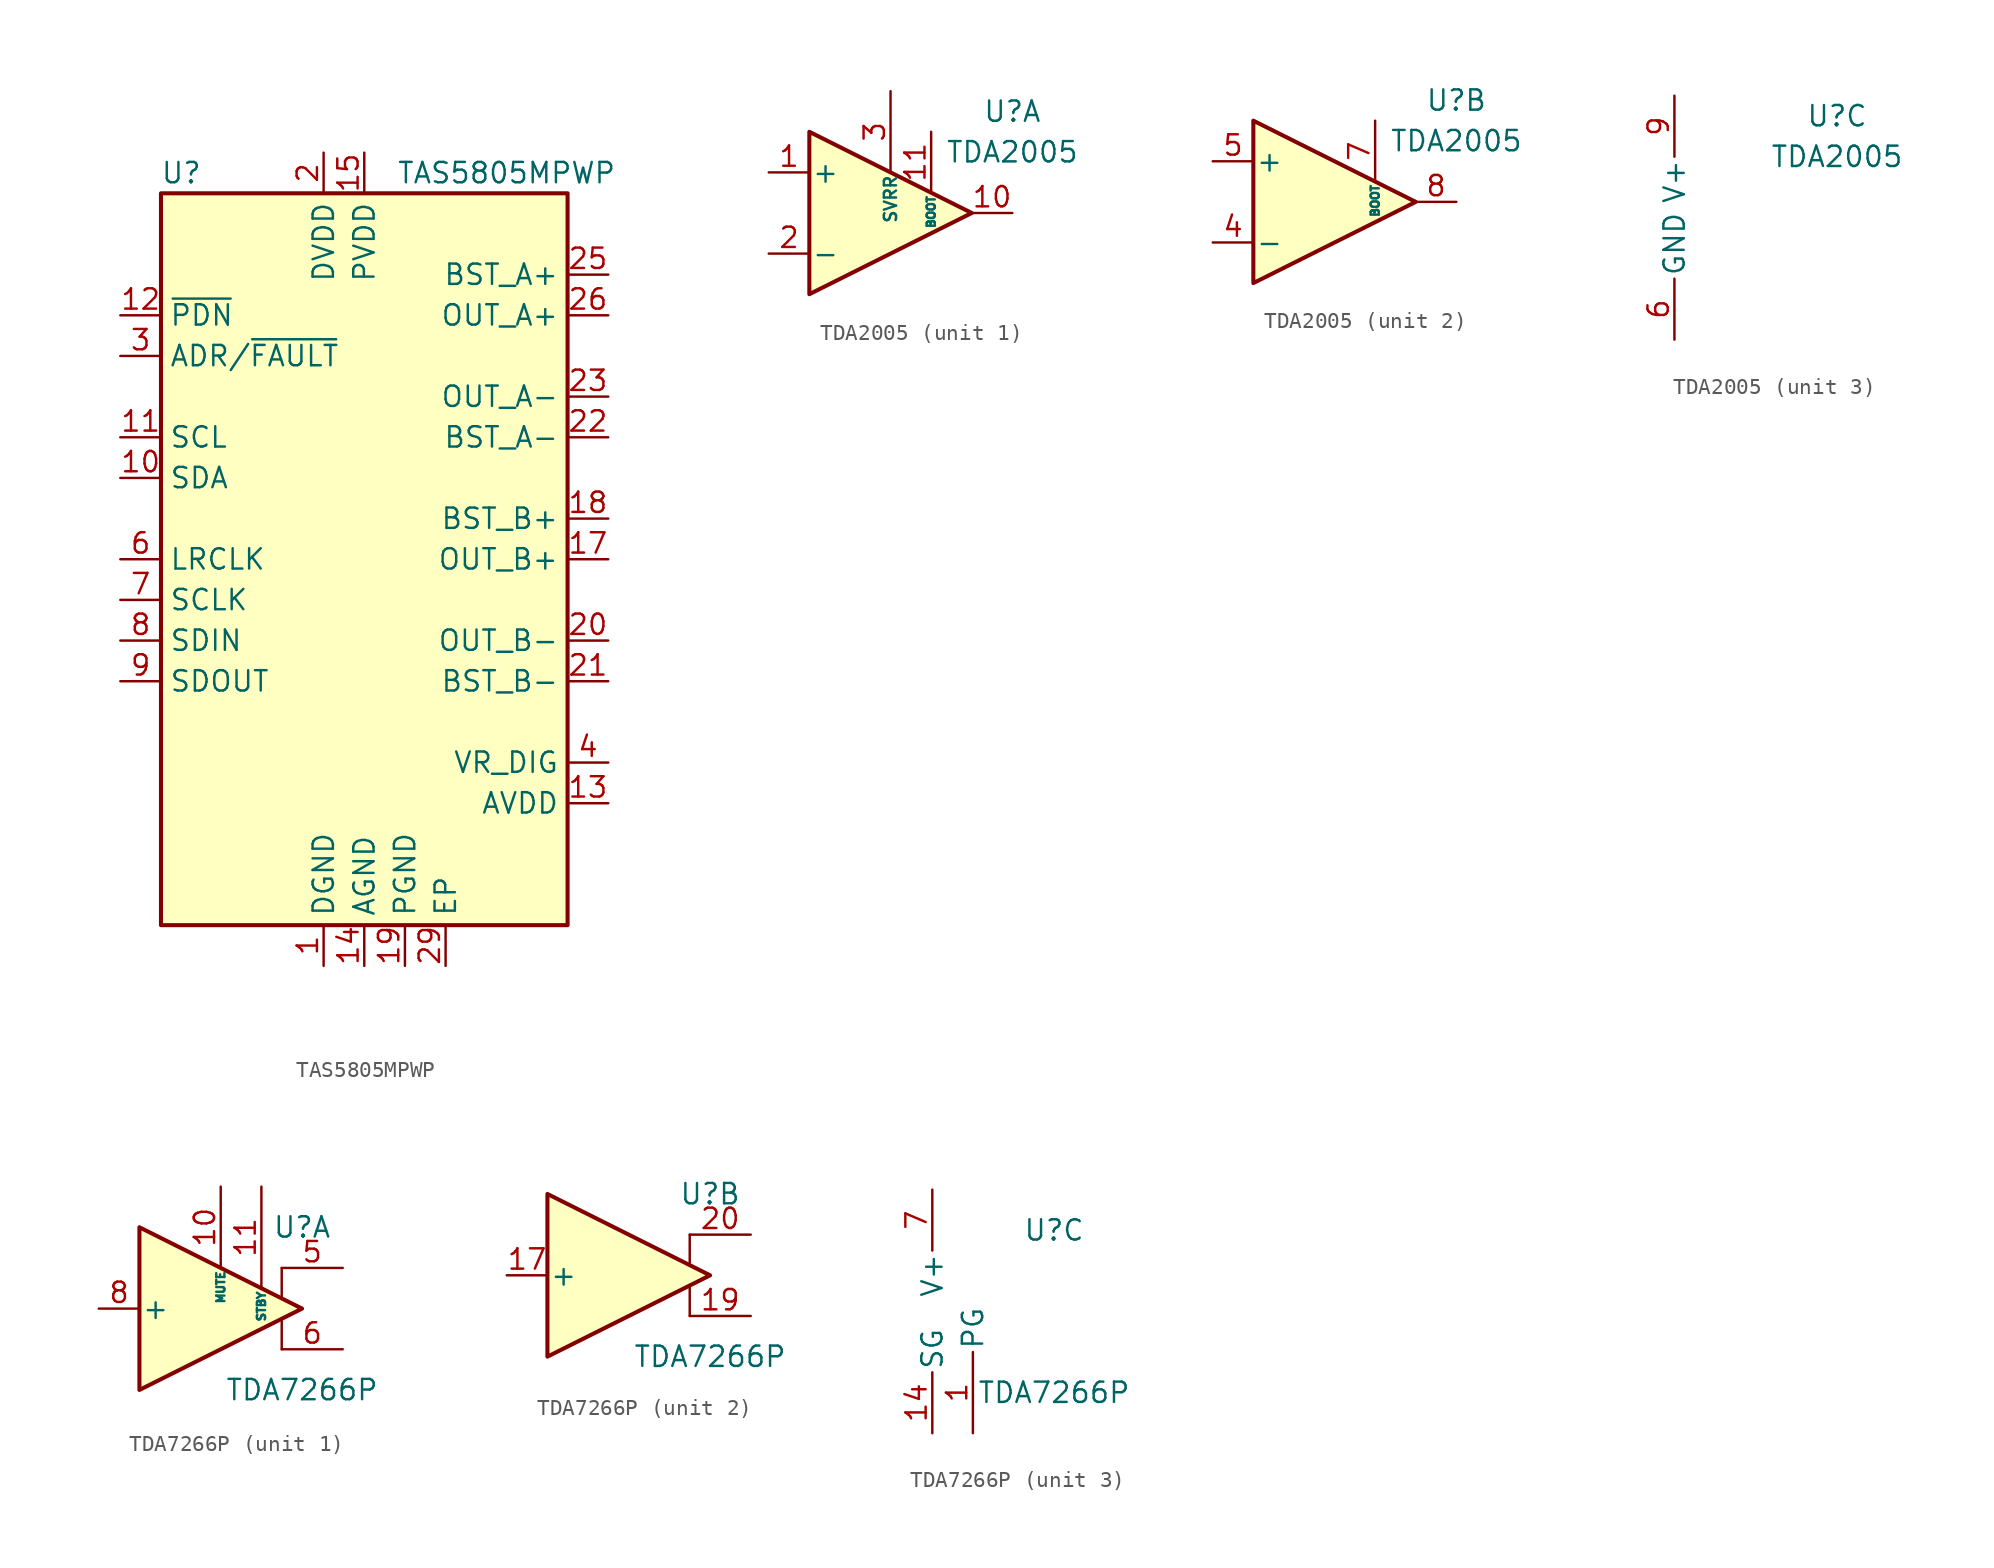
<source format=kicad_sym>
(kicad_symbol_lib
  (version 20241209)
  (generator "kicad_symbol_editor")
  (generator_version "9.0")
  (symbol "TAS5805MPWP"
    (property "Reference" "U"
      (at -11.43 24.13 0)
      (effects (font (size 1.27 1.27))))
    (property "Value" "TAS5805MPWP"
      (at 8.89 24.13 0)
      (effects (font (size 1.27 1.27))))
    (symbol "TAS5805MPWP_0_1"
      (rectangle (start -12.7 22.86) (end 12.7 -22.86) (stroke (width 0.254) (type default)) (fill (type background))))
    (symbol "TAS5805MPWP_1_0"
      (pin output line (at -15.24 -7.62 0) (length 2.54) (name "SDOUT" (effects (font (size 1.27 1.27)))) (number "9" (effects (font (size 1.27 1.27)))))
      (pin passive line (at 15.24 17.78 180) (length 2.54) (name "BST_A+" (effects (font (size 1.27 1.27)))) (number "25" (effects (font (size 1.27 1.27)))))
      (pin output line (at 15.24 10.16 180) (length 2.54) (name "OUT_A-" (effects (font (size 1.27 1.27)))) (number "23" (effects (font (size 1.27 1.27)))))
      (pin passive line (at 15.24 7.62 180) (length 2.54) (name "BST_A-" (effects (font (size 1.27 1.27)))) (number "22" (effects (font (size 1.27 1.27))))))
    (symbol "TAS5805MPWP_1_1"
      (pin input line (at -15.24 15.24 0) (length 2.54) (name "~{PDN}" (effects (font (size 1.27 1.27)))) (number "12" (effects (font (size 1.27 1.27)))))
      (pin bidirectional line (at -15.24 12.7 0) (length 2.54) (name "ADR/~{FAULT}" (effects (font (size 1.27 1.27)))) (number "3" (effects (font (size 1.27 1.27)))))
      (pin input line (at -15.24 7.62 0) (length 2.54) (name "SCL" (effects (font (size 1.27 1.27)))) (number "11" (effects (font (size 1.27 1.27)))))
      (pin bidirectional line (at -15.24 5.08 0) (length 2.54) (name "SDA" (effects (font (size 1.27 1.27)))) (number "10" (effects (font (size 1.27 1.27)))))
      (pin input line (at -15.24 0 0) (length 2.54) (name "LRCLK" (effects (font (size 1.27 1.27)))) (number "6" (effects (font (size 1.27 1.27)))))
      (pin input line (at -15.24 -2.54 0) (length 2.54) (name "SCLK" (effects (font (size 1.27 1.27)))) (number "7" (effects (font (size 1.27 1.27)))))
      (pin input line (at -15.24 -5.08 0) (length 2.54) (name "SDIN" (effects (font (size 1.27 1.27)))) (number "8" (effects (font (size 1.27 1.27)))))
      (pin power_in line (at -2.54 25.4 270) (length 2.54) (name "DVDD" (effects (font (size 1.27 1.27)))) (number "2" (effects (font (size 1.27 1.27)))))
      (pin power_in line (at -2.54 -25.4 90) (length 2.54) (name "DGND" (effects (font (size 1.27 1.27)))) (number "1" (effects (font (size 1.27 1.27)))))
      (pin passive line (at -2.54 -25.4 90) (length 2.54) (hide yes) (name "DGND" (effects (font (size 1.27 1.27)))) (number "5" (effects (font (size 1.27 1.27)))))
      (pin power_in line (at 0 25.4 270) (length 2.54) (name "PVDD" (effects (font (size 1.27 1.27)))) (number "15" (effects (font (size 1.27 1.27)))))
      (pin passive line (at 0 25.4 270) (length 2.54) (hide yes) (name "PVDD" (effects (font (size 1.27 1.27)))) (number "16" (effects (font (size 1.27 1.27)))))
      (pin passive line (at 0 25.4 270) (length 2.54) (hide yes) (name "PVDD" (effects (font (size 1.27 1.27)))) (number "27" (effects (font (size 1.27 1.27)))))
      (pin passive line (at 0 25.4 270) (length 2.54) (hide yes) (name "PVDD" (effects (font (size 1.27 1.27)))) (number "28" (effects (font (size 1.27 1.27)))))
      (pin power_in line (at 0 -25.4 90) (length 2.54) (name "AGND" (effects (font (size 1.27 1.27)))) (number "14" (effects (font (size 1.27 1.27)))))
      (pin power_in line (at 2.54 -25.4 90) (length 2.54) (name "PGND" (effects (font (size 1.27 1.27)))) (number "19" (effects (font (size 1.27 1.27)))))
      (pin passive line (at 2.54 -25.4 90) (length 2.54) (hide yes) (name "PGND" (effects (font (size 1.27 1.27)))) (number "24" (effects (font (size 1.27 1.27)))))
      (pin passive line (at 5.08 -25.4 90) (length 2.54) (name "EP" (effects (font (size 1.27 1.27)))) (number "29" (effects (font (size 1.27 1.27)))))
      (pin output line (at 15.24 15.24 180) (length 2.54) (name "OUT_A+" (effects (font (size 1.27 1.27)))) (number "26" (effects (font (size 1.27 1.27)))))
      (pin passive line (at 15.24 2.54 180) (length 2.54) (name "BST_B+" (effects (font (size 1.27 1.27)))) (number "18" (effects (font (size 1.27 1.27)))))
      (pin output line (at 15.24 0 180) (length 2.54) (name "OUT_B+" (effects (font (size 1.27 1.27)))) (number "17" (effects (font (size 1.27 1.27)))))
      (pin output line (at 15.24 -5.08 180) (length 2.54) (name "OUT_B-" (effects (font (size 1.27 1.27)))) (number "20" (effects (font (size 1.27 1.27)))))
      (pin passive line (at 15.24 -7.62 180) (length 2.54) (name "BST_B-" (effects (font (size 1.27 1.27)))) (number "21" (effects (font (size 1.27 1.27)))))
      (pin power_out line (at 15.24 -12.7 180) (length 2.54) (name "VR_DIG" (effects (font (size 1.27 1.27)))) (number "4" (effects (font (size 1.27 1.27)))))
      (pin power_out line (at 15.24 -15.24 180) (length 2.54) (name "AVDD" (effects (font (size 1.27 1.27)))) (number "13" (effects (font (size 1.27 1.27)))))))
  (symbol "TDA2005"
    (pin_names
      (offset 0.127))
    (property "Reference" "U"
      (at 7.62 6.35 0)
      (effects (font (size 1.27 1.27))))
    (property "Value" "TDA2005"
      (at 7.62 3.81 0)
      (effects (font (size 1.27 1.27))))
    (property "ki_locked" ""
      (at 0 0 0)
      (effects (font (size 1.27 1.27))))
    (symbol "TDA2005_1_1"
      (polyline (pts (xy -5.08 5.08) (xy 5.08 0) (xy -5.08 -5.08) (xy -5.08 5.08)) (stroke (width 0.254) (type default)) (fill (type background)))
      (pin input line (at -7.62 2.54 0) (length 2.54) (name "+" (effects (font (size 1.27 1.27)))) (number "1" (effects (font (size 1.27 1.27)))))
      (pin input line (at -7.62 -2.54 0) (length 2.54) (name "-" (effects (font (size 1.27 1.27)))) (number "2" (effects (font (size 1.27 1.27)))))
      (pin passive line (at 0 7.62 270) (length 5.08) (name "SVRR" (effects (font (size 0.762 0.762)))) (number "3" (effects (font (size 1.27 1.27)))))
      (pin passive line (at 2.54 5.08 270) (length 3.81) (name "BOOT" (effects (font (size 0.508 0.508)))) (number "11" (effects (font (size 1.27 1.27)))))
      (pin output line (at 7.62 0 180) (length 2.54) (name "~" (effects (font (size 1.27 1.27)))) (number "10" (effects (font (size 1.27 1.27))))))
    (symbol "TDA2005_2_1"
      (polyline (pts (xy -5.08 5.08) (xy 5.08 0) (xy -5.08 -5.08) (xy -5.08 5.08)) (stroke (width 0.254) (type default)) (fill (type background)))
      (pin input line (at -7.62 2.54 0) (length 2.54) (name "+" (effects (font (size 1.27 1.27)))) (number "5" (effects (font (size 1.27 1.27)))))
      (pin input line (at -7.62 -2.54 0) (length 2.54) (name "-" (effects (font (size 1.27 1.27)))) (number "4" (effects (font (size 1.27 1.27)))))
      (pin passive line (at 2.54 5.08 270) (length 3.81) (name "BOOT" (effects (font (size 0.508 0.508)))) (number "7" (effects (font (size 1.27 1.27)))))
      (pin output line (at 7.62 0 180) (length 2.54) (name "~" (effects (font (size 1.27 1.27)))) (number "8" (effects (font (size 1.27 1.27))))))
    (symbol "TDA2005_3_1"
      (pin power_in line (at -2.54 7.62 270) (length 3.81) (name "V+" (effects (font (size 1.27 1.27)))) (number "9" (effects (font (size 1.27 1.27)))))
      (pin power_in line (at -2.54 -7.62 90) (length 3.81) (name "GND" (effects (font (size 1.27 1.27)))) (number "6" (effects (font (size 1.27 1.27)))))))
  (symbol "TDA7266P"
    (pin_names
      (offset 0.127))
    (property "Reference" "U"
      (at 5.08 5.08 0)
      (effects (font (size 1.27 1.27))))
    (property "Value" "TDA7266P"
      (at 5.08 -5.08 0)
      (effects (font (size 1.27 1.27))))
    (property "ki_locked" ""
      (at 0 0 0)
      (effects (font (size 1.27 1.27))))
    (symbol "TDA7266P_1_1"
      (polyline (pts (xy 3.81 2.54) (xy 3.81 0.635)) (stroke (width 0) (type default)) (fill (type none)))
      (polyline (pts (xy 3.81 -0.635) (xy 3.81 -2.54)) (stroke (width 0) (type default)) (fill (type none)))
      (polyline (pts (xy 5.08 0) (xy -5.08 5.08) (xy -5.08 -5.08) (xy 5.08 0)) (stroke (width 0.254) (type default)) (fill (type background)))
      (pin input line (at -7.62 0 0) (length 2.54) (name "+" (effects (font (size 1.27 1.27)))) (number "8" (effects (font (size 1.27 1.27)))))
      (pin no_connect line (at -5.08 5.08 270) (length 2.54) (hide yes) (name "NC" (effects (font (size 1.27 1.27)))) (number "2" (effects (font (size 1.27 1.27)))))
      (pin no_connect line (at -5.08 2.54 270) (length 2.54) (hide yes) (name "NC" (effects (font (size 1.27 1.27)))) (number "3" (effects (font (size 1.27 1.27)))))
      (pin no_connect line (at -5.08 -1.27 270) (length 2.54) (hide yes) (name "NC" (effects (font (size 1.27 1.27)))) (number "15" (effects (font (size 1.27 1.27)))))
      (pin no_connect line (at -5.08 -5.08 90) (length 2.54) (hide yes) (name "NC" (effects (font (size 1.27 1.27)))) (number "16" (effects (font (size 1.27 1.27)))))
      (pin no_connect line (at -2.54 3.81 270) (length 2.54) (hide yes) (name "NC" (effects (font (size 1.27 1.27)))) (number "12" (effects (font (size 1.27 1.27)))))
      (pin no_connect line (at -2.54 -3.81 90) (length 2.54) (hide yes) (name "NC" (effects (font (size 1.27 1.27)))) (number "21" (effects (font (size 1.27 1.27)))))
      (pin input line (at 0 7.62 270) (length 5.08) (name "MUTE" (effects (font (size 0.508 0.508)))) (number "10" (effects (font (size 1.27 1.27)))))
      (pin no_connect line (at 0 2.54 270) (length 2.54) (hide yes) (name "NC" (effects (font (size 1.27 1.27)))) (number "4" (effects (font (size 1.27 1.27)))))
      (pin no_connect line (at 0 0 270) (length 2.54) (hide yes) (name "NC" (effects (font (size 1.27 1.27)))) (number "13" (effects (font (size 1.27 1.27)))))
      (pin no_connect line (at 0 -2.54 90) (length 2.54) (hide yes) (name "NC" (effects (font (size 1.27 1.27)))) (number "22" (effects (font (size 1.27 1.27)))))
      (pin input line (at 2.54 7.62 270) (length 6.35) (name "STBY" (effects (font (size 0.508 0.508)))) (number "11" (effects (font (size 1.27 1.27)))))
      (pin no_connect line (at 2.54 1.27 270) (length 2.54) (hide yes) (name "NC" (effects (font (size 1.27 1.27)))) (number "9" (effects (font (size 1.27 1.27)))))
      (pin no_connect line (at 2.54 -1.27 90) (length 2.54) (hide yes) (name "NC" (effects (font (size 1.27 1.27)))) (number "23" (effects (font (size 1.27 1.27)))))
      (pin output line (at 7.62 2.54 180) (length 3.81) (name "~" (effects (font (size 1.27 1.27)))) (number "5" (effects (font (size 1.27 1.27)))))
      (pin output line (at 7.62 -2.54 180) (length 3.81) (name "~" (effects (font (size 1.27 1.27)))) (number "6" (effects (font (size 1.27 1.27))))))
    (symbol "TDA7266P_2_1"
      (polyline (pts (xy 3.81 2.54) (xy 3.81 0.635)) (stroke (width 0) (type default)) (fill (type none)))
      (polyline (pts (xy 3.81 -0.635) (xy 3.81 -2.54)) (stroke (width 0) (type default)) (fill (type none)))
      (polyline (pts (xy 5.08 0) (xy -5.08 5.08) (xy -5.08 -5.08) (xy 5.08 0)) (stroke (width 0.254) (type default)) (fill (type background)))
      (pin input line (at -7.62 0 0) (length 2.54) (name "+" (effects (font (size 1.27 1.27)))) (number "17" (effects (font (size 1.27 1.27)))))
      (pin output line (at 7.62 2.54 180) (length 3.81) (name "~" (effects (font (size 1.27 1.27)))) (number "20" (effects (font (size 1.27 1.27)))))
      (pin output line (at 7.62 -2.54 180) (length 3.81) (name "~" (effects (font (size 1.27 1.27)))) (number "19" (effects (font (size 1.27 1.27))))))
    (symbol "TDA7266P_3_1"
      (pin passive line (at -2.54 7.62 270) (length 3.81) (hide yes) (name "V+" (effects (font (size 1.27 1.27)))) (number "18" (effects (font (size 1.27 1.27)))))
      (pin power_in line (at -2.54 7.62 270) (length 3.81) (name "V+" (effects (font (size 1.27 1.27)))) (number "7" (effects (font (size 1.27 1.27)))))
      (pin power_in line (at -2.54 -7.62 90) (length 3.81) (name "SG" (effects (font (size 1.27 1.27)))) (number "14" (effects (font (size 1.27 1.27)))))
      (pin power_in line (at 0 -7.62 90) (length 5.08) (name "PG" (effects (font (size 1.27 1.27)))) (number "1" (effects (font (size 1.27 1.27)))))
      (pin passive line (at 0 -7.62 90) (length 5.08) (hide yes) (name "PG" (effects (font (size 1.27 1.27)))) (number "24" (effects (font (size 1.27 1.27))))))))
</source>
